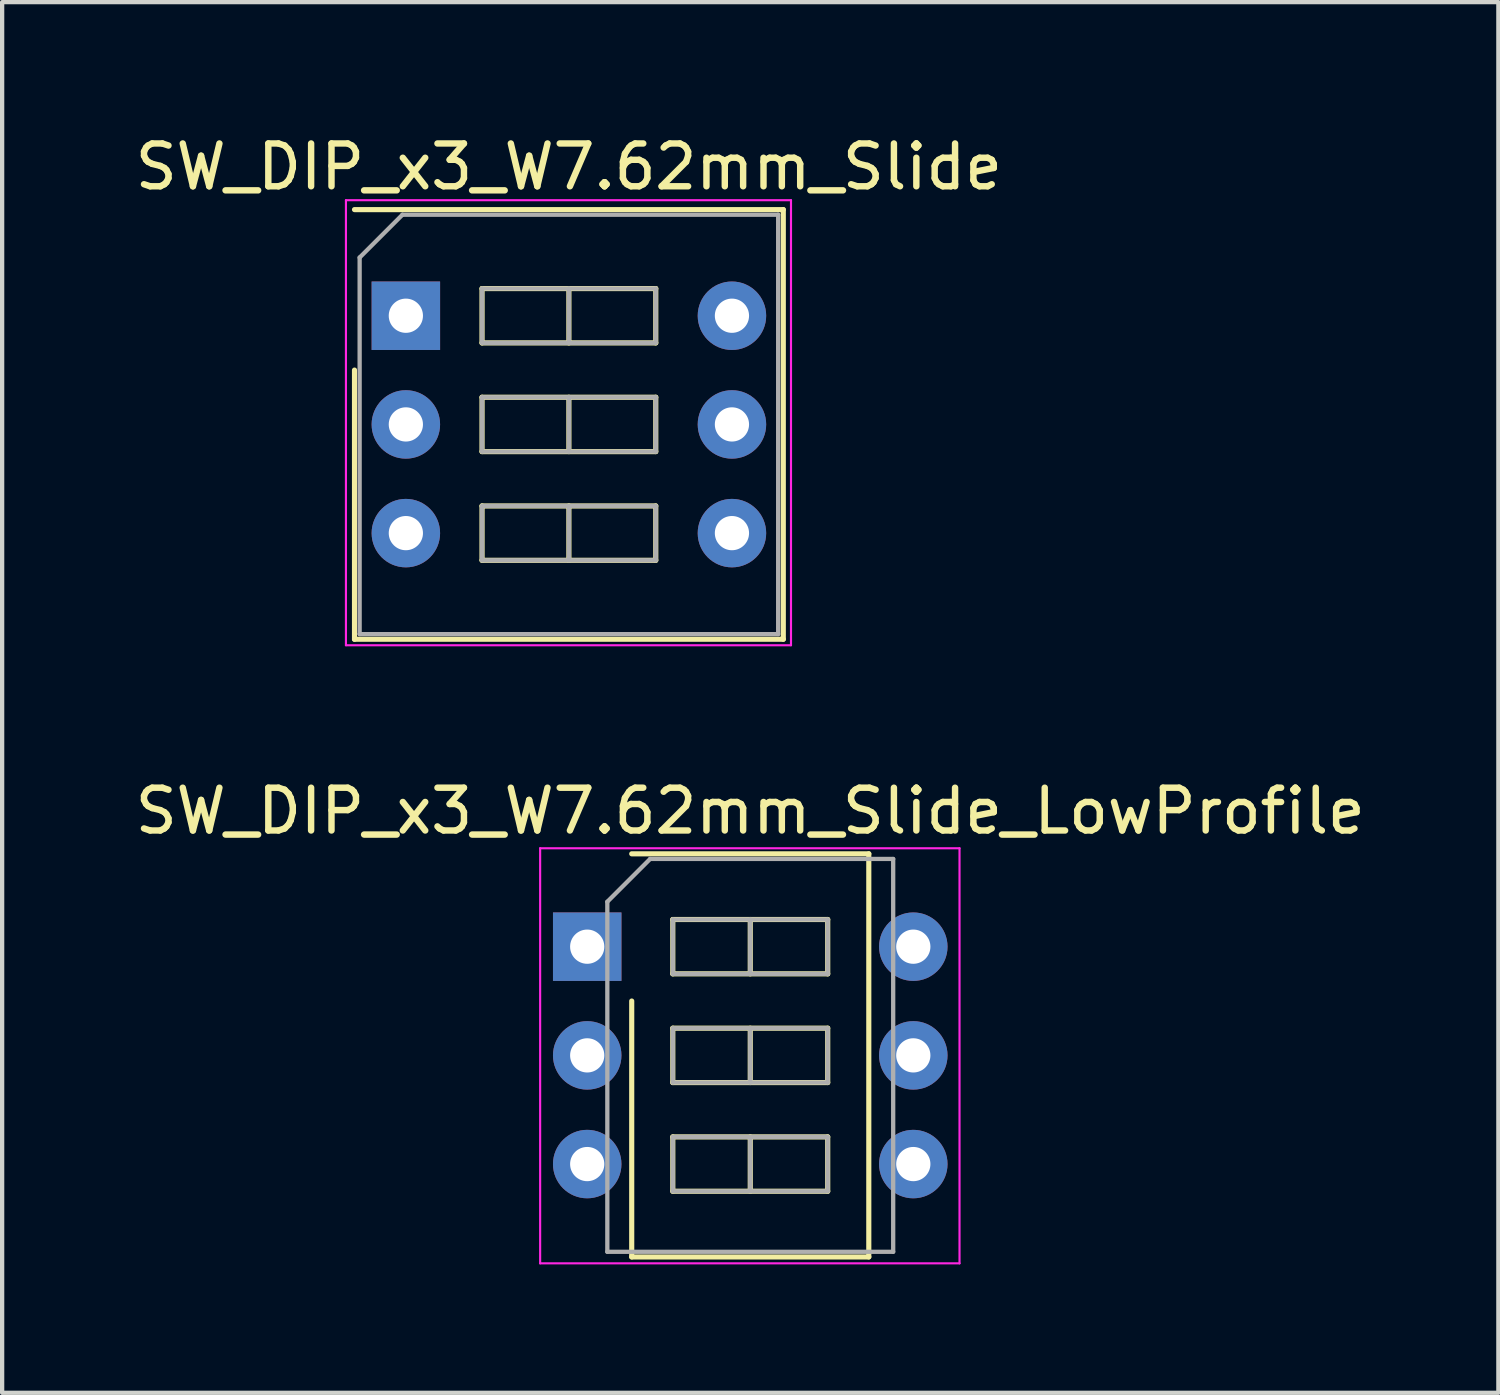
<source format=kicad_pcb>
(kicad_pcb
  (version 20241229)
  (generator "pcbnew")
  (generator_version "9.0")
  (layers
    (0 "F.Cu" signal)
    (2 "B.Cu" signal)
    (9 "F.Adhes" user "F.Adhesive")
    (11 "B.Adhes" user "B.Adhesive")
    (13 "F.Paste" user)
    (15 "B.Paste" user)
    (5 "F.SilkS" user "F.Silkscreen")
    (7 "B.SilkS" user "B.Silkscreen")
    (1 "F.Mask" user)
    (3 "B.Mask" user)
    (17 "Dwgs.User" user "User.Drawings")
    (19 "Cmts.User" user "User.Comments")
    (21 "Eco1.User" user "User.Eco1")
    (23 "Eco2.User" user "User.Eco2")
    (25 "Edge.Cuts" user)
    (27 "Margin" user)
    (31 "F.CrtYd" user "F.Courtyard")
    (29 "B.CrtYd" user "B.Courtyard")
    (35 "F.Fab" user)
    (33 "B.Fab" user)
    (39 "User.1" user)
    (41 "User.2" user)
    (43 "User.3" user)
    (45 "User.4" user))
  (footprint "SW_DIP_x3_W7.62mm_Slide_LowProfile"
    (layer "F.Cu")
    (at 10.672 19.072)
    (property "Reference" "SW_DIP_x3_W7.62mm_Slide_LowProfile" (at 3.81 -3.17 0) (layer "F.SilkS") (effects (font (size 1 1) (thickness 0.15))))
    (attr through_hole)
    (fp_line (start 1.04 -2.17) (end 6.58 -2.17) (stroke (width 0.12) (type solid)) (layer "F.SilkS"))
    (fp_line (start 1.04 7.25) (end 1.04 1.27) (stroke (width 0.12) (type solid)) (layer "F.SilkS"))
    (fp_line (start 2 -0.635) (end 2 0.635) (stroke (width 0.12) (type solid)) (layer "F.SilkS"))
    (fp_line (start 2 0.635) (end 5.62 0.635) (stroke (width 0.12) (type solid)) (layer "F.SilkS"))
    (fp_line (start 2 1.905) (end 2 3.175) (stroke (width 0.12) (type solid)) (layer "F.SilkS"))
    (fp_line (start 2 3.175) (end 5.62 3.175) (stroke (width 0.12) (type solid)) (layer "F.SilkS"))
    (fp_line (start 2 4.445) (end 2 5.715) (stroke (width 0.12) (type solid)) (layer "F.SilkS"))
    (fp_line (start 2 5.715) (end 5.62 5.715) (stroke (width 0.12) (type solid)) (layer "F.SilkS"))
    (fp_line (start 3.81 -0.635) (end 3.81 0.635) (stroke (width 0.12) (type solid)) (layer "F.SilkS"))
    (fp_line (start 3.81 1.905) (end 3.81 3.175) (stroke (width 0.12) (type solid)) (layer "F.SilkS"))
    (fp_line (start 3.81 4.445) (end 3.81 5.715) (stroke (width 0.12) (type solid)) (layer "F.SilkS"))
    (fp_line (start 5.62 -0.635) (end 2 -0.635) (stroke (width 0.12) (type solid)) (layer "F.SilkS"))
    (fp_line (start 5.62 0.635) (end 5.62 -0.635) (stroke (width 0.12) (type solid)) (layer "F.SilkS"))
    (fp_line (start 5.62 1.905) (end 2 1.905) (stroke (width 0.12) (type solid)) (layer "F.SilkS"))
    (fp_line (start 5.62 3.175) (end 5.62 1.905) (stroke (width 0.12) (type solid)) (layer "F.SilkS"))
    (fp_line (start 5.62 4.445) (end 2 4.445) (stroke (width 0.12) (type solid)) (layer "F.SilkS"))
    (fp_line (start 5.62 5.715) (end 5.62 4.445) (stroke (width 0.12) (type solid)) (layer "F.SilkS"))
    (fp_line (start 6.58 -2.17) (end 6.58 7.25) (stroke (width 0.12) (type solid)) (layer "F.SilkS"))
    (fp_line (start 6.58 7.25) (end 1.04 7.25) (stroke (width 0.12) (type solid)) (layer "F.SilkS"))
    (fp_line (start -1.1 -2.3) (end -1.1 7.4) (stroke (width 0.05) (type solid)) (layer "F.CrtYd"))
    (fp_line (start -1.1 7.4) (end 8.7 7.4) (stroke (width 0.05) (type solid)) (layer "F.CrtYd"))
    (fp_line (start 8.7 -2.3) (end -1.1 -2.3) (stroke (width 0.05) (type solid)) (layer "F.CrtYd"))
    (fp_line (start 8.7 7.4) (end 8.7 -2.3) (stroke (width 0.05) (type solid)) (layer "F.CrtYd"))
    (fp_line (start 0.47 -1.05) (end 1.47 -2.05) (stroke (width 0.1) (type solid)) (layer "F.Fab"))
    (fp_line (start 0.47 7.13) (end 0.47 -1.05) (stroke (width 0.1) (type solid)) (layer "F.Fab"))
    (fp_line (start 1.47 -2.05) (end 7.15 -2.05) (stroke (width 0.1) (type solid)) (layer "F.Fab"))
    (fp_line (start 2 -0.635) (end 2 0.635) (stroke (width 0.1) (type solid)) (layer "F.Fab"))
    (fp_line (start 2 0.635) (end 5.62 0.635) (stroke (width 0.1) (type solid)) (layer "F.Fab"))
    (fp_line (start 2 1.905) (end 2 3.175) (stroke (width 0.1) (type solid)) (layer "F.Fab"))
    (fp_line (start 2 3.175) (end 5.62 3.175) (stroke (width 0.1) (type solid)) (layer "F.Fab"))
    (fp_line (start 2 4.445) (end 2 5.715) (stroke (width 0.1) (type solid)) (layer "F.Fab"))
    (fp_line (start 2 5.715) (end 5.62 5.715) (stroke (width 0.1) (type solid)) (layer "F.Fab"))
    (fp_line (start 3.81 -0.635) (end 3.81 0.635) (stroke (width 0.1) (type solid)) (layer "F.Fab"))
    (fp_line (start 3.81 1.905) (end 3.81 3.175) (stroke (width 0.1) (type solid)) (layer "F.Fab"))
    (fp_line (start 3.81 4.445) (end 3.81 5.715) (stroke (width 0.1) (type solid)) (layer "F.Fab"))
    (fp_line (start 5.62 -0.635) (end 2 -0.635) (stroke (width 0.1) (type solid)) (layer "F.Fab"))
    (fp_line (start 5.62 0.635) (end 5.62 -0.635) (stroke (width 0.1) (type solid)) (layer "F.Fab"))
    (fp_line (start 5.62 1.905) (end 2 1.905) (stroke (width 0.1) (type solid)) (layer "F.Fab"))
    (fp_line (start 5.62 3.175) (end 5.62 1.905) (stroke (width 0.1) (type solid)) (layer "F.Fab"))
    (fp_line (start 5.62 4.445) (end 2 4.445) (stroke (width 0.1) (type solid)) (layer "F.Fab"))
    (fp_line (start 5.62 5.715) (end 5.62 4.445) (stroke (width 0.1) (type solid)) (layer "F.Fab"))
    (fp_line (start 7.15 -2.05) (end 7.15 7.13) (stroke (width 0.1) (type solid)) (layer "F.Fab"))
    (fp_line (start 7.15 7.13) (end 0.47 7.13) (stroke (width 0.1) (type solid)) (layer "F.Fab"))
    (pad "1" thru_hole rect (at 0 0) (size 1.6 1.6) (drill 0.8) (layers "*.Cu" "*.Mask"))
    (pad "2" thru_hole oval (at 0 2.54) (size 1.6 1.6) (drill 0.8) (layers "*.Cu" "*.Mask"))
    (pad "3" thru_hole oval (at 0 5.08) (size 1.6 1.6) (drill 0.8) (layers "*.Cu" "*.Mask"))
    (pad "4" thru_hole oval (at 7.62 5.08) (size 1.6 1.6) (drill 0.8) (layers "*.Cu" "*.Mask"))
    (pad "5" thru_hole oval (at 7.62 2.54) (size 1.6 1.6) (drill 0.8) (layers "*.Cu" "*.Mask"))
    (pad "6" thru_hole oval (at 7.62 0) (size 1.6 1.6) (drill 0.8) (layers "*.Cu" "*.Mask")))
  (footprint "SW_DIP_x3_W7.62mm_Slide"
    (layer "F.Cu")
    (at 6.434 4.328)
    (property "Reference" "SW_DIP_x3_W7.62mm_Slide" (at 3.81 -3.48 0) (layer "F.SilkS") (effects (font (size 1 1) (thickness 0.15))))
    (attr through_hole)
    (fp_line (start -1.2 -2.48) (end 8.82 -2.48) (stroke (width 0.12) (type solid)) (layer "F.SilkS"))
    (fp_line (start -1.2 7.56) (end -1.2 1.27) (stroke (width 0.12) (type solid)) (layer "F.SilkS"))
    (fp_line (start 1.78 -0.635) (end 1.78 0.635) (stroke (width 0.12) (type solid)) (layer "F.SilkS"))
    (fp_line (start 1.78 0.635) (end 5.84 0.635) (stroke (width 0.12) (type solid)) (layer "F.SilkS"))
    (fp_line (start 1.78 1.905) (end 1.78 3.175) (stroke (width 0.12) (type solid)) (layer "F.SilkS"))
    (fp_line (start 1.78 3.175) (end 5.84 3.175) (stroke (width 0.12) (type solid)) (layer "F.SilkS"))
    (fp_line (start 1.78 4.445) (end 1.78 5.715) (stroke (width 0.12) (type solid)) (layer "F.SilkS"))
    (fp_line (start 1.78 5.715) (end 5.84 5.715) (stroke (width 0.12) (type solid)) (layer "F.SilkS"))
    (fp_line (start 3.81 -0.635) (end 3.81 0.635) (stroke (width 0.12) (type solid)) (layer "F.SilkS"))
    (fp_line (start 3.81 1.905) (end 3.81 3.175) (stroke (width 0.12) (type solid)) (layer "F.SilkS"))
    (fp_line (start 3.81 4.445) (end 3.81 5.715) (stroke (width 0.12) (type solid)) (layer "F.SilkS"))
    (fp_line (start 5.84 -0.635) (end 1.78 -0.635) (stroke (width 0.12) (type solid)) (layer "F.SilkS"))
    (fp_line (start 5.84 0.635) (end 5.84 -0.635) (stroke (width 0.12) (type solid)) (layer "F.SilkS"))
    (fp_line (start 5.84 1.905) (end 1.78 1.905) (stroke (width 0.12) (type solid)) (layer "F.SilkS"))
    (fp_line (start 5.84 3.175) (end 5.84 1.905) (stroke (width 0.12) (type solid)) (layer "F.SilkS"))
    (fp_line (start 5.84 4.445) (end 1.78 4.445) (stroke (width 0.12) (type solid)) (layer "F.SilkS"))
    (fp_line (start 5.84 5.715) (end 5.84 4.445) (stroke (width 0.12) (type solid)) (layer "F.SilkS"))
    (fp_line (start 8.82 -2.48) (end 8.82 7.56) (stroke (width 0.12) (type solid)) (layer "F.SilkS"))
    (fp_line (start 8.82 7.56) (end -1.2 7.56) (stroke (width 0.12) (type solid)) (layer "F.SilkS"))
    (fp_line (start -1.4 -2.7) (end -1.4 7.7) (stroke (width 0.05) (type solid)) (layer "F.CrtYd"))
    (fp_line (start -1.4 7.7) (end 9 7.7) (stroke (width 0.05) (type solid)) (layer "F.CrtYd"))
    (fp_line (start 9 -2.7) (end -1.4 -2.7) (stroke (width 0.05) (type solid)) (layer "F.CrtYd"))
    (fp_line (start 9 7.7) (end 9 -2.7) (stroke (width 0.05) (type solid)) (layer "F.CrtYd"))
    (fp_line (start -1.08 -1.36) (end -0.08 -2.36) (stroke (width 0.1) (type solid)) (layer "F.Fab"))
    (fp_line (start -1.08 7.44) (end -1.08 -1.36) (stroke (width 0.1) (type solid)) (layer "F.Fab"))
    (fp_line (start -0.08 -2.36) (end 8.7 -2.36) (stroke (width 0.1) (type solid)) (layer "F.Fab"))
    (fp_line (start 1.78 -0.635) (end 1.78 0.635) (stroke (width 0.1) (type solid)) (layer "F.Fab"))
    (fp_line (start 1.78 0.635) (end 5.84 0.635) (stroke (width 0.1) (type solid)) (layer "F.Fab"))
    (fp_line (start 1.78 1.905) (end 1.78 3.175) (stroke (width 0.1) (type solid)) (layer "F.Fab"))
    (fp_line (start 1.78 3.175) (end 5.84 3.175) (stroke (width 0.1) (type solid)) (layer "F.Fab"))
    (fp_line (start 1.78 4.445) (end 1.78 5.715) (stroke (width 0.1) (type solid)) (layer "F.Fab"))
    (fp_line (start 1.78 5.715) (end 5.84 5.715) (stroke (width 0.1) (type solid)) (layer "F.Fab"))
    (fp_line (start 3.81 -0.635) (end 3.81 0.635) (stroke (width 0.1) (type solid)) (layer "F.Fab"))
    (fp_line (start 3.81 1.905) (end 3.81 3.175) (stroke (width 0.1) (type solid)) (layer "F.Fab"))
    (fp_line (start 3.81 4.445) (end 3.81 5.715) (stroke (width 0.1) (type solid)) (layer "F.Fab"))
    (fp_line (start 5.84 -0.635) (end 1.78 -0.635) (stroke (width 0.1) (type solid)) (layer "F.Fab"))
    (fp_line (start 5.84 0.635) (end 5.84 -0.635) (stroke (width 0.1) (type solid)) (layer "F.Fab"))
    (fp_line (start 5.84 1.905) (end 1.78 1.905) (stroke (width 0.1) (type solid)) (layer "F.Fab"))
    (fp_line (start 5.84 3.175) (end 5.84 1.905) (stroke (width 0.1) (type solid)) (layer "F.Fab"))
    (fp_line (start 5.84 4.445) (end 1.78 4.445) (stroke (width 0.1) (type solid)) (layer "F.Fab"))
    (fp_line (start 5.84 5.715) (end 5.84 4.445) (stroke (width 0.1) (type solid)) (layer "F.Fab"))
    (fp_line (start 8.7 -2.36) (end 8.7 7.44) (stroke (width 0.1) (type solid)) (layer "F.Fab"))
    (fp_line (start 8.7 7.44) (end -1.08 7.44) (stroke (width 0.1) (type solid)) (layer "F.Fab"))
    (pad "1" thru_hole rect (at 0 0) (size 1.6 1.6) (drill 0.8) (layers "*.Cu" "*.Mask"))
    (pad "2" thru_hole oval (at 0 2.54) (size 1.6 1.6) (drill 0.8) (layers "*.Cu" "*.Mask"))
    (pad "3" thru_hole oval (at 0 5.08) (size 1.6 1.6) (drill 0.8) (layers "*.Cu" "*.Mask"))
    (pad "4" thru_hole oval (at 7.62 5.08) (size 1.6 1.6) (drill 0.8) (layers "*.Cu" "*.Mask"))
    (pad "5" thru_hole oval (at 7.62 2.54) (size 1.6 1.6) (drill 0.8) (layers "*.Cu" "*.Mask"))
    (pad "6" thru_hole oval (at 7.62 0) (size 1.6 1.6) (drill 0.8) (layers "*.Cu" "*.Mask")))
  (gr_rect
    (start -3 -3)
    (end 31.964 29.497)
    (stroke (width 0.1) (type default))
    (fill no)
    (layer "Edge.Cuts")))
</source>
